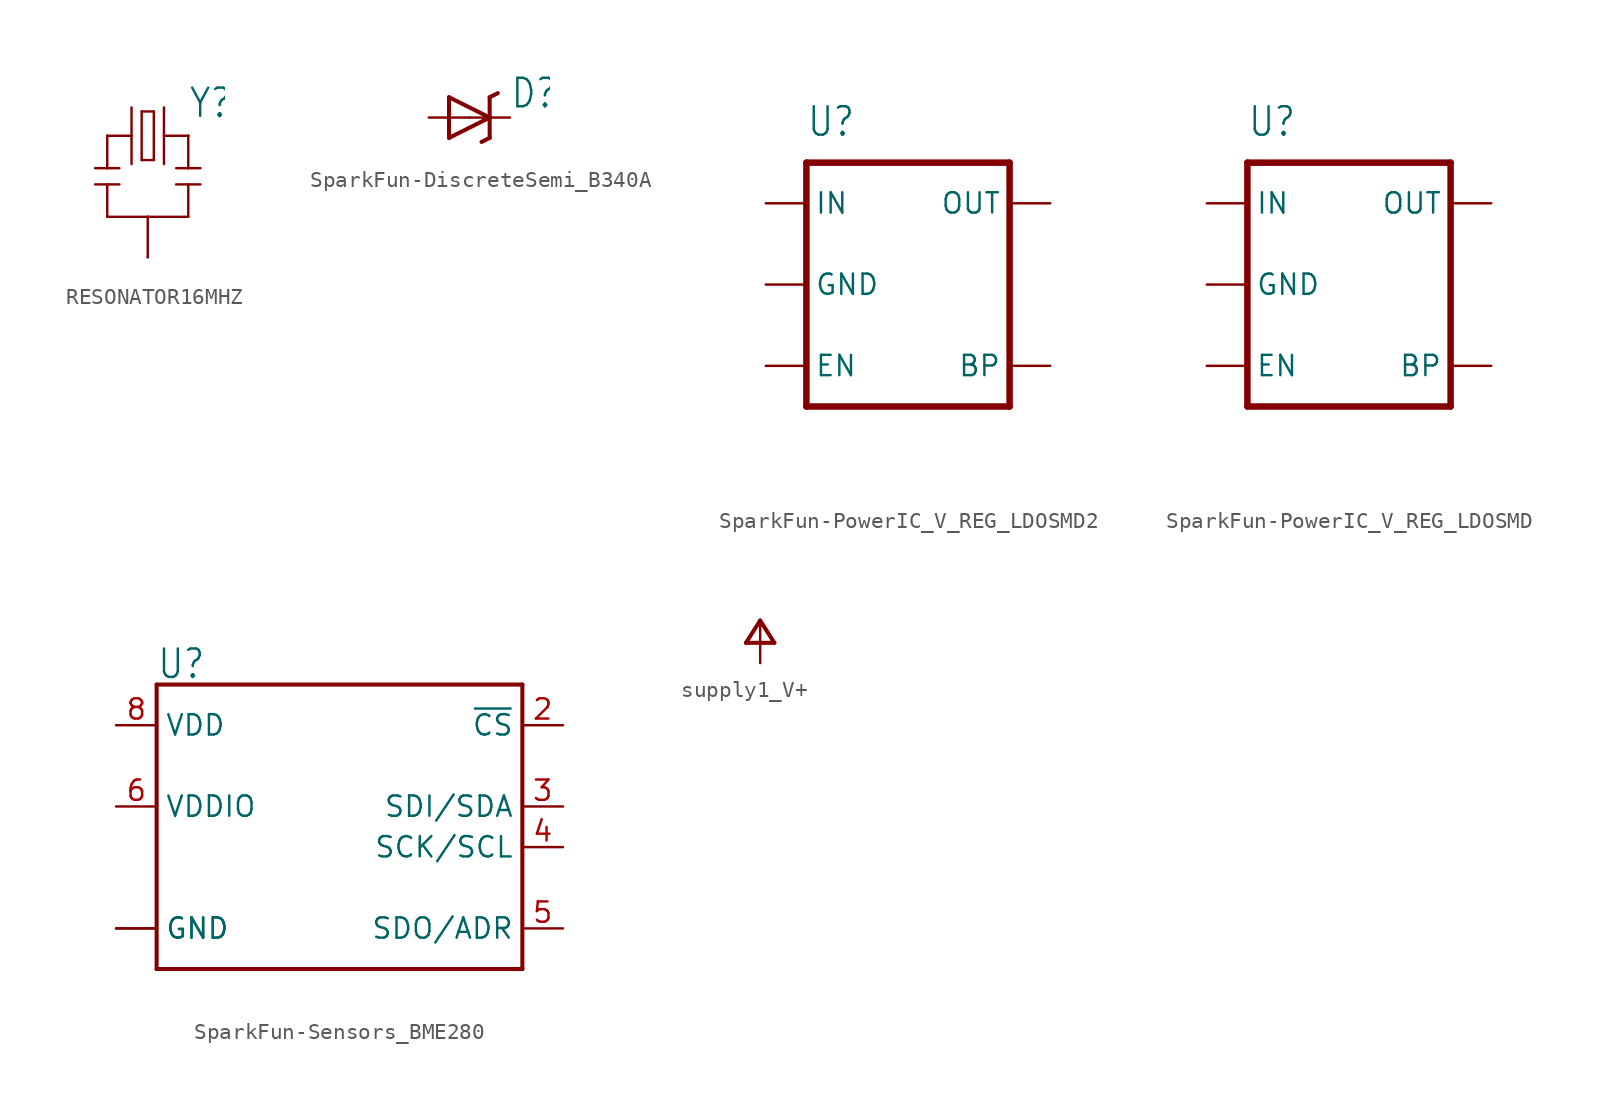
<source format=kicad_sym>
(kicad_symbol_lib
  (version 20231120)
  (generator "kicad_symbol_editor")
  (generator_version "8.0")
  (symbol "RESONATOR16MHZ"
    (property "Reference" "Y"
      (at 2.54 1.016 0)
      (effects (font (size 1.778 1.511)) (justify left bottom)))
    (property "Value" ""
      (at 2.54 -7.62 0)
      (effects (font (size 1.778 1.511)) (justify left bottom)))
    (property "ki_locked" ""
      (at 0 0 0)
      (effects (font (size 1.27 1.27))))
    (symbol "RESONATOR16MHZ_1_0"
      (polyline (pts (xy -2.54 -3.048) (xy -3.302 -3.048)) (stroke (width 0.152) (type solid)) (fill (type none)))
      (polyline (pts (xy -2.54 -3.048) (xy -2.54 -5.08)) (stroke (width 0.152) (type solid)) (fill (type none)))
      (polyline (pts (xy -2.54 -2.032) (xy -3.302 -2.032)) (stroke (width 0.152) (type solid)) (fill (type none)))
      (polyline (pts (xy -2.54 -2.032) (xy -2.54 0)) (stroke (width 0.152) (type solid)) (fill (type none)))
      (polyline (pts (xy -2.54 0) (xy -1.016 0)) (stroke (width 0.152) (type solid)) (fill (type none)))
      (polyline (pts (xy -1.778 -3.048) (xy -2.54 -3.048)) (stroke (width 0.152) (type solid)) (fill (type none)))
      (polyline (pts (xy -1.778 -2.032) (xy -2.54 -2.032)) (stroke (width 0.152) (type solid)) (fill (type none)))
      (polyline (pts (xy -1.016 0) (xy -1.016 -1.778)) (stroke (width 0.152) (type solid)) (fill (type none)))
      (polyline (pts (xy -1.016 1.778) (xy -1.016 0)) (stroke (width 0.152) (type solid)) (fill (type none)))
      (polyline (pts (xy -0.381 -1.524) (xy 0.381 -1.524)) (stroke (width 0.152) (type solid)) (fill (type none)))
      (polyline (pts (xy -0.381 1.524) (xy -0.381 -1.524)) (stroke (width 0.152) (type solid)) (fill (type none)))
      (polyline (pts (xy 0 -5.08) (xy -2.54 -5.08)) (stroke (width 0.152) (type solid)) (fill (type none)))
      (polyline (pts (xy 0 -5.08) (xy 0 -7.62)) (stroke (width 0.152) (type solid)) (fill (type none)))
      (polyline (pts (xy 0.381 -1.524) (xy 0.381 1.524)) (stroke (width 0.152) (type solid)) (fill (type none)))
      (polyline (pts (xy 0.381 1.524) (xy -0.381 1.524)) (stroke (width 0.152) (type solid)) (fill (type none)))
      (polyline (pts (xy 1.016 0) (xy 1.016 -1.778)) (stroke (width 0.152) (type solid)) (fill (type none)))
      (polyline (pts (xy 1.016 0) (xy 2.54 0)) (stroke (width 0.152) (type solid)) (fill (type none)))
      (polyline (pts (xy 1.016 1.778) (xy 1.016 0)) (stroke (width 0.152) (type solid)) (fill (type none)))
      (polyline (pts (xy 2.54 -5.08) (xy 0 -5.08)) (stroke (width 0.152) (type solid)) (fill (type none)))
      (polyline (pts (xy 2.54 -3.048) (xy 1.778 -3.048)) (stroke (width 0.152) (type solid)) (fill (type none)))
      (polyline (pts (xy 2.54 -3.048) (xy 2.54 -5.08)) (stroke (width 0.152) (type solid)) (fill (type none)))
      (polyline (pts (xy 2.54 -2.032) (xy 1.778 -2.032)) (stroke (width 0.152) (type solid)) (fill (type none)))
      (polyline (pts (xy 2.54 0) (xy 2.54 -2.032)) (stroke (width 0.152) (type solid)) (fill (type none)))
      (polyline (pts (xy 3.302 -3.048) (xy 2.54 -3.048)) (stroke (width 0.152) (type solid)) (fill (type none)))
      (polyline (pts (xy 3.302 -2.032) (xy 2.54 -2.032)) (stroke (width 0.152) (type solid)) (fill (type none)))
      (pin passive line (at -2.54 0 0) (length 0) (name "1" (effects (font (size 0 0)))) (number "1" (effects (font (size 0 0)))))
      (pin passive line (at 0 -7.62 90) (length 0) (name "2" (effects (font (size 0 0)))) (number "2" (effects (font (size 0 0)))))
      (pin passive line (at 2.54 0 180) (length 0) (name "3" (effects (font (size 0 0)))) (number "3" (effects (font (size 0 0)))))))
  (symbol "SparkFun-DiscreteSemi_B340A"
    (property "Reference" "D"
      (at 2.54 0.483 0)
      (effects (font (size 1.778 1.511)) (justify left bottom)))
    (property "Value" ""
      (at 2.54 -2.311 0)
      (effects (font (size 1.778 1.511)) (justify left bottom)))
    (property "ki_locked" ""
      (at 0 0 0)
      (effects (font (size 1.27 1.27))))
    (symbol "SparkFun-DiscreteSemi_B340A_1_0"
      (polyline (pts (xy -1.27 -1.27) (xy 1.27 0)) (stroke (width 0.254) (type solid)) (fill (type none)))
      (polyline (pts (xy -1.27 1.27) (xy -1.27 -1.27)) (stroke (width 0.254) (type solid)) (fill (type none)))
      (polyline (pts (xy 1.27 -1.27) (xy 0.762 -1.524)) (stroke (width 0.254) (type solid)) (fill (type none)))
      (polyline (pts (xy 1.27 0) (xy -1.27 1.27)) (stroke (width 0.254) (type solid)) (fill (type none)))
      (polyline (pts (xy 1.27 0) (xy 1.27 -1.27)) (stroke (width 0.254) (type solid)) (fill (type none)))
      (polyline (pts (xy 1.27 1.27) (xy 1.27 0)) (stroke (width 0.254) (type solid)) (fill (type none)))
      (polyline (pts (xy 1.27 1.27) (xy 1.778 1.524)) (stroke (width 0.254) (type solid)) (fill (type none)))
      (pin passive line (at -2.54 0 0) (length 2.54) (name "A" (effects (font (size 0 0)))) (number "A" (effects (font (size 0 0)))))
      (pin passive line (at 2.54 0 180) (length 2.54) (name "C" (effects (font (size 0 0)))) (number "C" (effects (font (size 0 0)))))))
  (symbol "SparkFun-PowerIC_V_REG_LDOSMD2"
    (property "Reference" "U"
      (at -7.62 9.144 0)
      (effects (font (size 1.778 1.511)) (justify left bottom)))
    (property "Value" ""
      (at -7.62 -11.43 0)
      (effects (font (size 1.778 1.511)) (justify left bottom)))
    (property "ki_locked" ""
      (at 0 0 0)
      (effects (font (size 1.27 1.27))))
    (symbol "SparkFun-PowerIC_V_REG_LDOSMD2_1_0"
      (polyline (pts (xy -7.62 -7.62) (xy 5.08 -7.62)) (stroke (width 0.406) (type solid)) (fill (type none)))
      (polyline (pts (xy -7.62 7.62) (xy -7.62 -7.62)) (stroke (width 0.406) (type solid)) (fill (type none)))
      (polyline (pts (xy 5.08 -7.62) (xy 5.08 7.62)) (stroke (width 0.406) (type solid)) (fill (type none)))
      (polyline (pts (xy 5.08 7.62) (xy -7.62 7.62)) (stroke (width 0.406) (type solid)) (fill (type none)))
      (pin input line (at -10.16 5.08 0) (length 2.54) (name "IN" (effects (font (size 1.27 1.27)))) (number "1" (effects (font (size 0 0)))))
      (pin input line (at -10.16 0 0) (length 2.54) (name "GND" (effects (font (size 1.27 1.27)))) (number "2" (effects (font (size 0 0)))))
      (pin input line (at -10.16 -5.08 0) (length 2.54) (name "EN" (effects (font (size 1.27 1.27)))) (number "3" (effects (font (size 0 0)))))
      (pin input line (at 7.62 -5.08 180) (length 2.54) (name "BP" (effects (font (size 1.27 1.27)))) (number "4" (effects (font (size 0 0)))))
      (pin passive line (at 7.62 5.08 180) (length 2.54) (name "OUT" (effects (font (size 1.27 1.27)))) (number "5" (effects (font (size 0 0)))))))
  (symbol "SparkFun-PowerIC_V_REG_LDOSMD"
    (property "Reference" "U"
      (at -7.62 9.144 0)
      (effects (font (size 1.778 1.511)) (justify left bottom)))
    (property "Value" ""
      (at -7.62 -11.43 0)
      (effects (font (size 1.778 1.511)) (justify left bottom)))
    (property "ki_locked" ""
      (at 0 0 0)
      (effects (font (size 1.27 1.27))))
    (symbol "SparkFun-PowerIC_V_REG_LDOSMD_1_0"
      (polyline (pts (xy -7.62 -7.62) (xy 5.08 -7.62)) (stroke (width 0.406) (type solid)) (fill (type none)))
      (polyline (pts (xy -7.62 7.62) (xy -7.62 -7.62)) (stroke (width 0.406) (type solid)) (fill (type none)))
      (polyline (pts (xy 5.08 -7.62) (xy 5.08 7.62)) (stroke (width 0.406) (type solid)) (fill (type none)))
      (polyline (pts (xy 5.08 7.62) (xy -7.62 7.62)) (stroke (width 0.406) (type solid)) (fill (type none)))
      (pin input line (at -10.16 5.08 0) (length 2.54) (name "IN" (effects (font (size 1.27 1.27)))) (number "1" (effects (font (size 0 0)))))
      (pin input line (at -10.16 0 0) (length 2.54) (name "GND" (effects (font (size 1.27 1.27)))) (number "2" (effects (font (size 0 0)))))
      (pin input line (at -10.16 -5.08 0) (length 2.54) (name "EN" (effects (font (size 1.27 1.27)))) (number "3" (effects (font (size 0 0)))))
      (pin input line (at 7.62 -5.08 180) (length 2.54) (name "BP" (effects (font (size 1.27 1.27)))) (number "4" (effects (font (size 0 0)))))
      (pin passive line (at 7.62 5.08 180) (length 2.54) (name "OUT" (effects (font (size 1.27 1.27)))) (number "5" (effects (font (size 0 0)))))))
  (symbol "SparkFun-Sensors_BME280"
    (property "Reference" "U"
      (at -10.16 7.874 0)
      (effects (font (size 1.778 1.511)) (justify left bottom)))
    (property "Value" ""
      (at -10.16 -10.414 0)
      (effects (font (size 1.778 1.511)) (justify left top)))
    (property "ki_locked" ""
      (at 0 0 0)
      (effects (font (size 1.27 1.27))))
    (symbol "SparkFun-Sensors_BME280_1_0"
      (polyline (pts (xy -10.16 -10.16) (xy -10.16 7.62)) (stroke (width 0.254) (type solid)) (fill (type none)))
      (polyline (pts (xy -10.16 7.62) (xy 12.7 7.62)) (stroke (width 0.254) (type solid)) (fill (type none)))
      (polyline (pts (xy 12.7 -10.16) (xy -10.16 -10.16)) (stroke (width 0.254) (type solid)) (fill (type none)))
      (polyline (pts (xy 12.7 7.62) (xy 12.7 -10.16)) (stroke (width 0.254) (type solid)) (fill (type none)))
      (pin bidirectional line (at -12.7 -7.62 0) (length 2.54) (name "GND" (effects (font (size 1.27 1.27)))) (number "1" (effects (font (size 0 0)))))
      (pin bidirectional line (at 15.24 5.08 180) (length 2.54) (name "~{CS}" (effects (font (size 1.27 1.27)))) (number "2" (effects (font (size 1.27 1.27)))))
      (pin bidirectional line (at 15.24 0 180) (length 2.54) (name "SDI/SDA" (effects (font (size 1.27 1.27)))) (number "3" (effects (font (size 1.27 1.27)))))
      (pin bidirectional line (at 15.24 -2.54 180) (length 2.54) (name "SCK/SCL" (effects (font (size 1.27 1.27)))) (number "4" (effects (font (size 1.27 1.27)))))
      (pin bidirectional line (at 15.24 -7.62 180) (length 2.54) (name "SDO/ADR" (effects (font (size 1.27 1.27)))) (number "5" (effects (font (size 1.27 1.27)))))
      (pin bidirectional line (at -12.7 0 0) (length 2.54) (name "VDDIO" (effects (font (size 1.27 1.27)))) (number "6" (effects (font (size 1.27 1.27)))))
      (pin bidirectional line (at -12.7 -7.62 0) (length 2.54) (name "GND" (effects (font (size 1.27 1.27)))) (number "7" (effects (font (size 0 0)))))
      (pin bidirectional line (at -12.7 5.08 0) (length 2.54) (name "VDD" (effects (font (size 1.27 1.27)))) (number "8" (effects (font (size 1.27 1.27)))))))
  (symbol "supply1_V+"
    (power)
    (property "Reference" "#P+"
      (at 0 0 0)
      (effects (font (size 1.27 1.27)) (hide yes)))
    (property "Value" ""
      (at -2.54 -2.54 90)
      (effects (font (size 1.778 1.511)) (justify left bottom)))
    (property "ki_locked" ""
      (at 0 0 0)
      (effects (font (size 1.27 1.27))))
    (symbol "supply1_V+_1_0"
      (polyline (pts (xy -0.889 -1.27) (xy 0.889 -1.27)) (stroke (width 0.254) (type solid)) (fill (type none)))
      (polyline (pts (xy 0 0.127) (xy -0.889 -1.27)) (stroke (width 0.254) (type solid)) (fill (type none)))
      (polyline (pts (xy 0.889 -1.27) (xy 0 0.127)) (stroke (width 0.254) (type solid)) (fill (type none)))
      (pin power_in line (at 0 -2.54 90) (length 2.54) (name "V+" (effects (font (size 0 0)))) (number "1" (effects (font (size 0 0))))))))
</source>
